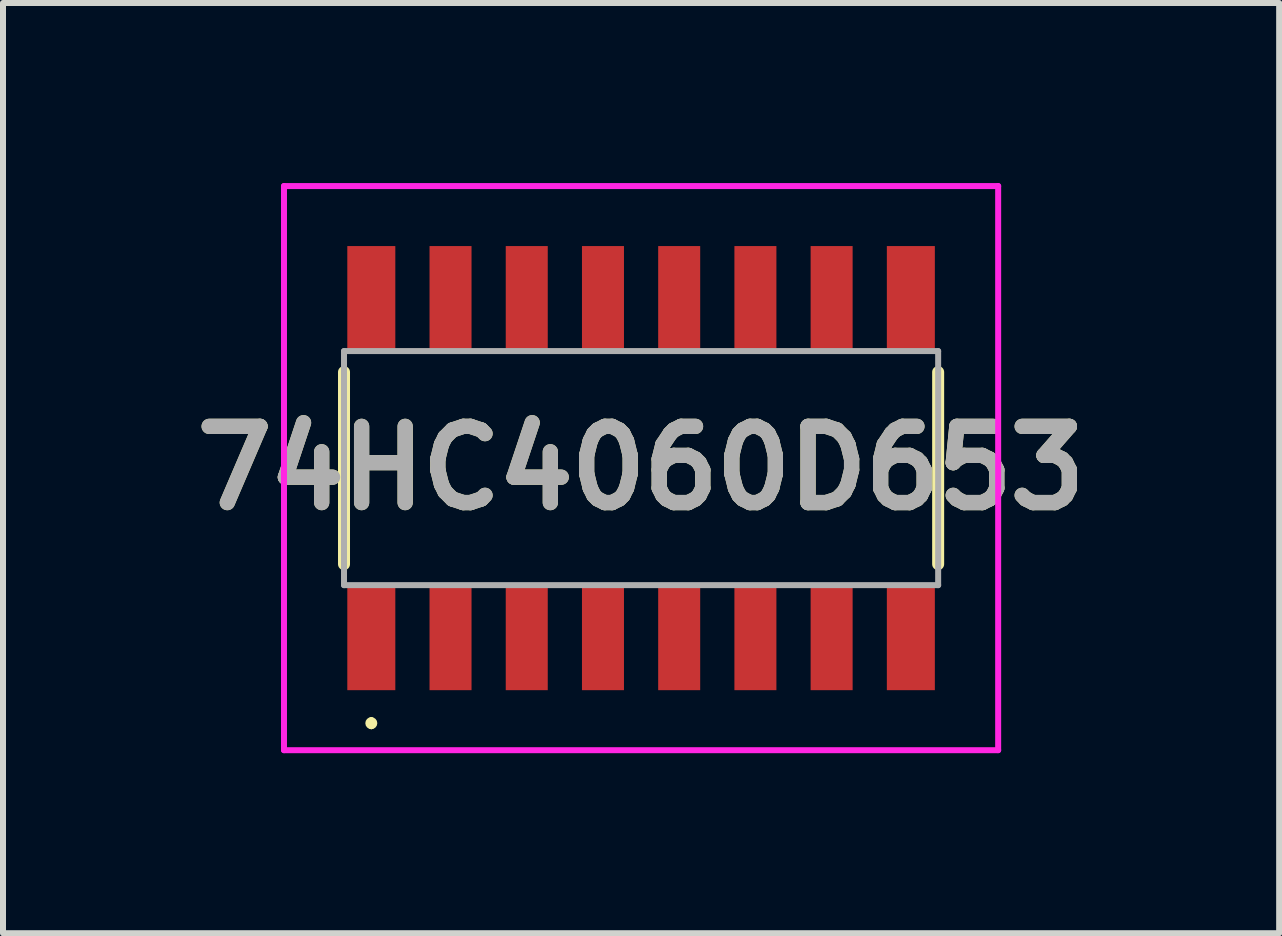
<source format=kicad_pcb>
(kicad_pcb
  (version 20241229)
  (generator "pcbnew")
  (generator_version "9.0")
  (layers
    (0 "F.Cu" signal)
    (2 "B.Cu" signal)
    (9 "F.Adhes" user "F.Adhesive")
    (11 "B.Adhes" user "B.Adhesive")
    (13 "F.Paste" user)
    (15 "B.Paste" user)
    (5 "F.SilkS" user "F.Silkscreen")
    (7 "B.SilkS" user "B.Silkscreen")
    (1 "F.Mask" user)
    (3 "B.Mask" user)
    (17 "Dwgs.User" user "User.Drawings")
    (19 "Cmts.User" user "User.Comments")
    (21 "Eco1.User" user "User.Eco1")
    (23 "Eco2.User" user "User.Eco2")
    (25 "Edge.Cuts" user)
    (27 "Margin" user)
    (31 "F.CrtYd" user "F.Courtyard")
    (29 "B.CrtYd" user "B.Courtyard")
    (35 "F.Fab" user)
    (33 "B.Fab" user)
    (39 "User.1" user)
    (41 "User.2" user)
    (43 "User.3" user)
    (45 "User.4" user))
  (footprint "74HC4060D653"
    (layer "F.Cu")
    (at 7.632 4.75)
    (property "Reference" "74HC4060D653" (at 0 0 0) (layer "F.SilkS") (effects (font (size 1.27 1.27) (thickness 0.254))))
    (attr smd)
    (fp_line (start -4.95 -1.6) (end -4.95 1.6) (stroke (width 0.2) (type solid)) (layer "F.SilkS"))
    (fp_line (start -4.495 4.2) (end -4.495 4.2) (stroke (width 0.1) (type solid)) (layer "F.SilkS"))
    (fp_line (start -4.495 4.3) (end -4.495 4.3) (stroke (width 0.1) (type solid)) (layer "F.SilkS"))
    (fp_line (start 4.95 -1.6) (end 4.95 1.6) (stroke (width 0.2) (type solid)) (layer "F.SilkS"))
    (fp_arc (start -4.495 4.2) (mid -4.445 4.25) (end -4.495 4.3) (stroke (width 0.1) (type solid)) (layer "F.SilkS"))
    (fp_arc (start -4.495 4.3) (mid -4.545 4.25) (end -4.495 4.2) (stroke (width 0.1) (type solid)) (layer "F.SilkS"))
    (fp_line (start -5.95 -4.7) (end 5.95 -4.7) (stroke (width 0.1) (type solid)) (layer "F.CrtYd"))
    (fp_line (start -5.95 4.7) (end -5.95 -4.7) (stroke (width 0.1) (type solid)) (layer "F.CrtYd"))
    (fp_line (start 5.95 -4.7) (end 5.95 4.7) (stroke (width 0.1) (type solid)) (layer "F.CrtYd"))
    (fp_line (start 5.95 4.7) (end -5.95 4.7) (stroke (width 0.1) (type solid)) (layer "F.CrtYd"))
    (fp_line (start -4.95 -1.95) (end 4.95 -1.95) (stroke (width 0.1) (type solid)) (layer "F.Fab"))
    (fp_line (start -4.95 1.95) (end -4.95 -1.95) (stroke (width 0.1) (type solid)) (layer "F.Fab"))
    (fp_line (start 4.95 -1.95) (end 4.95 1.95) (stroke (width 0.1) (type solid)) (layer "F.Fab"))
    (fp_line (start 4.95 1.95) (end -4.95 1.95) (stroke (width 0.1) (type solid)) (layer "F.Fab"))
    (fp_text user "${REFERENCE}" (at 0 0 0) (layer "F.Fab") (effects (font (size 1.27 1.27) (thickness 0.254))))
    (pad "1" smd rect (at -4.495 2.825) (size 0.8 1.75) (layers "F.Cu" "F.Mask" "F.Paste"))
    (pad "2" smd rect (at -3.175 2.825) (size 0.7 1.75) (layers "F.Cu" "F.Mask" "F.Paste"))
    (pad "3" smd rect (at -1.905 2.825) (size 0.7 1.75) (layers "F.Cu" "F.Mask" "F.Paste"))
    (pad "4" smd rect (at -0.635 2.825) (size 0.7 1.75) (layers "F.Cu" "F.Mask" "F.Paste"))
    (pad "5" smd rect (at 0.635 2.825) (size 0.7 1.75) (layers "F.Cu" "F.Mask" "F.Paste"))
    (pad "6" smd rect (at 1.905 2.825) (size 0.7 1.75) (layers "F.Cu" "F.Mask" "F.Paste"))
    (pad "7" smd rect (at 3.175 2.825) (size 0.7 1.75) (layers "F.Cu" "F.Mask" "F.Paste"))
    (pad "8" smd rect (at 4.495 2.825) (size 0.8 1.75) (layers "F.Cu" "F.Mask" "F.Paste"))
    (pad "9" smd rect (at 4.495 -2.825) (size 0.8 1.75) (layers "F.Cu" "F.Mask" "F.Paste"))
    (pad "10" smd rect (at 3.175 -2.825) (size 0.7 1.75) (layers "F.Cu" "F.Mask" "F.Paste"))
    (pad "11" smd rect (at 1.905 -2.825) (size 0.7 1.75) (layers "F.Cu" "F.Mask" "F.Paste"))
    (pad "12" smd rect (at 0.635 -2.825) (size 0.7 1.75) (layers "F.Cu" "F.Mask" "F.Paste"))
    (pad "13" smd rect (at -0.635 -2.825) (size 0.7 1.75) (layers "F.Cu" "F.Mask" "F.Paste"))
    (pad "14" smd rect (at -1.905 -2.825) (size 0.7 1.75) (layers "F.Cu" "F.Mask" "F.Paste"))
    (pad "15" smd rect (at -3.175 -2.825) (size 0.7 1.75) (layers "F.Cu" "F.Mask" "F.Paste"))
    (pad "16" smd rect (at -4.495 -2.825) (size 0.8 1.75) (layers "F.Cu" "F.Mask" "F.Paste")))
  (gr_rect
    (start -3 -3)
    (end 18.264 12.5)
    (stroke (width 0.1) (type default))
    (fill no)
    (layer "Edge.Cuts")))
</source>
